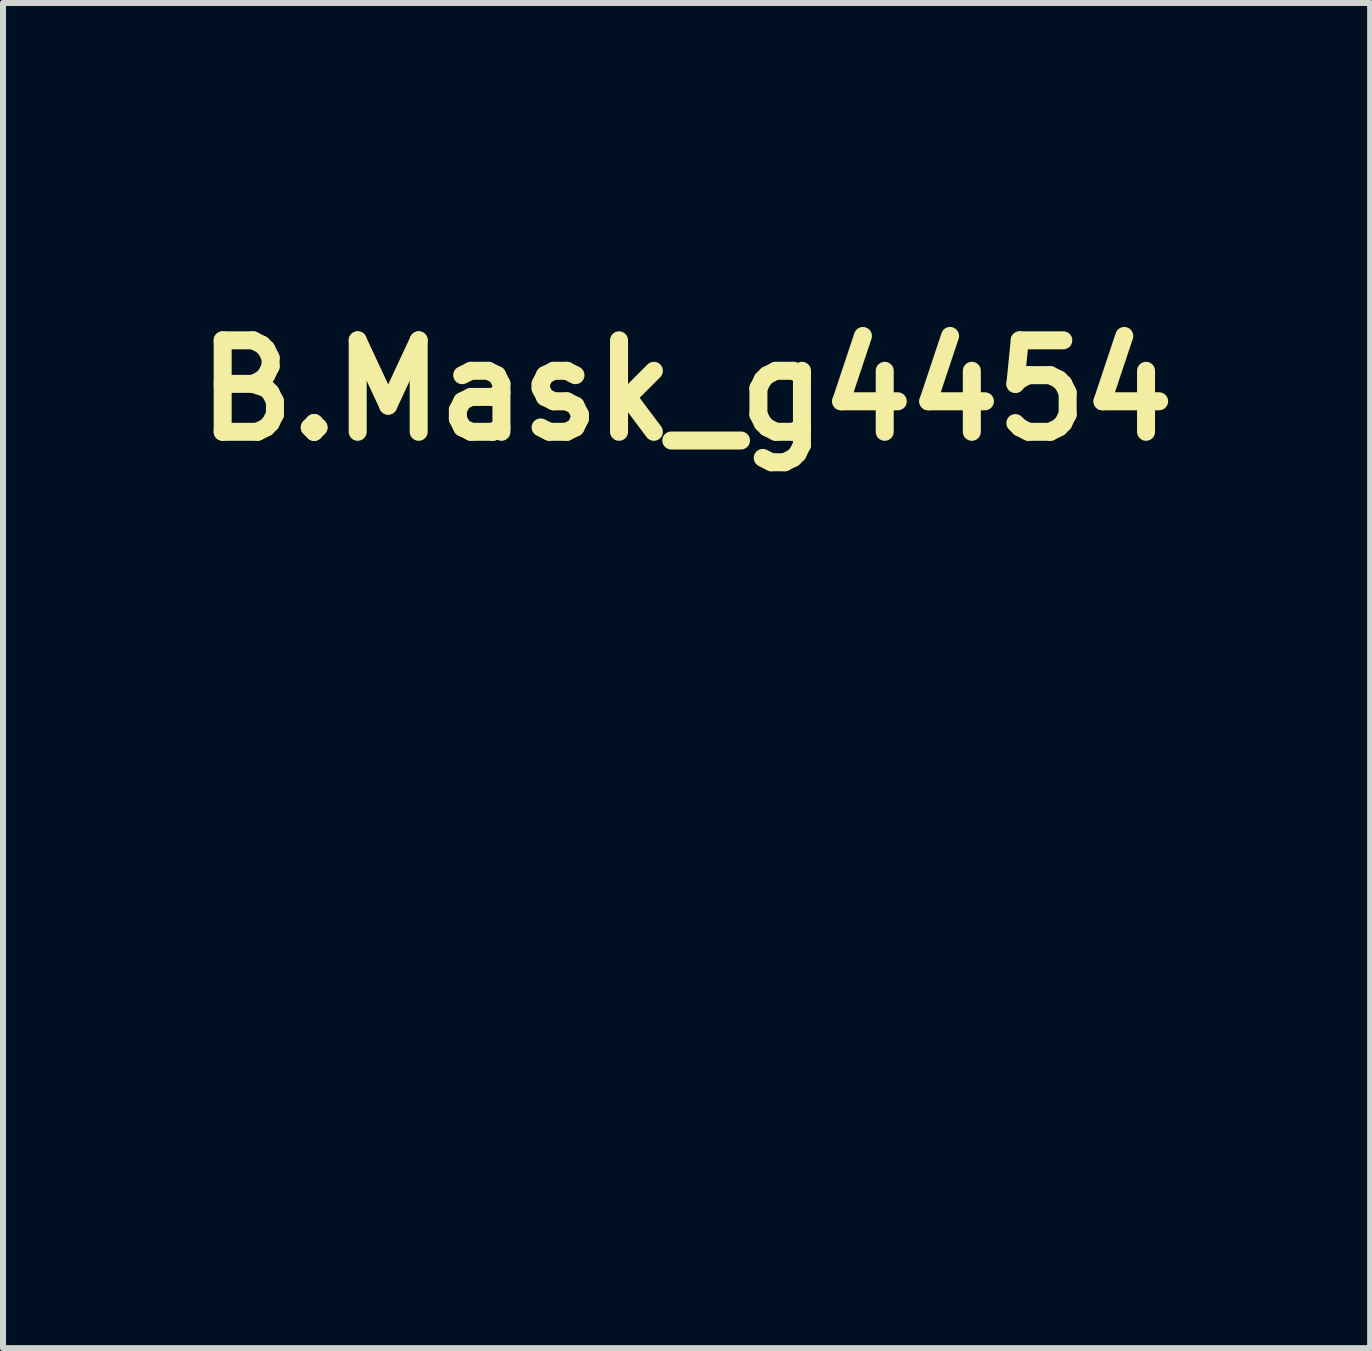
<source format=kicad_pcb>
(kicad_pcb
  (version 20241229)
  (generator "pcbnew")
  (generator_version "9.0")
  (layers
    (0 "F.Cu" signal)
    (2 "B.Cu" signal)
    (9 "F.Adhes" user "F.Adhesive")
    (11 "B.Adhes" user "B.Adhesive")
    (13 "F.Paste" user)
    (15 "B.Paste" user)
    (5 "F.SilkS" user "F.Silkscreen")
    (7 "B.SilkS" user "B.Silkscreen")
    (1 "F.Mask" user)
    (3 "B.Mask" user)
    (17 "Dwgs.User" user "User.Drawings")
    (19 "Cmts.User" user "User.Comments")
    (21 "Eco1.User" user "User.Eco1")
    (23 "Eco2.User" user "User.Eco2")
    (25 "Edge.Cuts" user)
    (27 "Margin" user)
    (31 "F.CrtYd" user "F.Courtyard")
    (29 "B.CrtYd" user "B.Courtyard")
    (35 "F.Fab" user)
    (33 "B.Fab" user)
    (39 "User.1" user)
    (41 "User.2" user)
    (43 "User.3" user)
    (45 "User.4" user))
  (footprint "B.Mask_g4454"
    (layer "F.Cu")
    (at 8.389 3.455)
    (property "Reference" "B.Mask_g4454" (at 0 0 0) (layer "F.SilkS") (effects (font (size 1.524 1.524) (thickness 0.3))))
    (attr through_hole)
    (fp_poly (pts (xy -0.09 -1.519) (xy -0.061 -1.508) (xy -0.049 -1.483) (xy -0.056 -1.441) (xy -0.082 -1.38) (xy -0.13 -1.295) (xy -0.201 -1.181) (xy -0.219 -1.155) (xy -0.313 -1.014) (xy -0.392 -0.905) (xy -0.455 -0.83) (xy -0.5 -0.79) (xy -0.518 -0.783) (xy -0.547 -0.798) (xy -0.591 -0.836) (xy -0.614 -0.861) (xy -0.655 -0.916) (xy -0.701 -0.991) (xy -0.747 -1.075) (xy -0.787 -1.158) (xy -0.815 -1.227) (xy -0.826 -1.271) (xy -0.811 -1.311) (xy -0.785 -1.342) (xy -0.736 -1.373) (xy -0.658 -1.405) (xy -0.562 -1.437) (xy -0.454 -1.466) (xy -0.345 -1.491) (xy -0.242 -1.509) (xy -0.154 -1.519) (xy -0.09 -1.519)) (stroke (width 0.01) (type solid)) (fill yes) (layer "B.Mask"))
    (fp_poly (pts (xy -6.71 -1.45) (xy -6.595 -1.438) (xy -6.442 -1.414) (xy -6.25 -1.379) (xy -6.163 -1.363) (xy -6.022 -1.333) (xy -5.919 -1.307) (xy -5.848 -1.282) (xy -5.806 -1.256) (xy -5.787 -1.227) (xy -5.787 -1.192) (xy -5.787 -1.189) (xy -5.807 -1.13) (xy -5.843 -1.048) (xy -5.89 -0.95) (xy -5.946 -0.844) (xy -6.006 -0.737) (xy -6.066 -0.635) (xy -6.121 -0.547) (xy -6.169 -0.478) (xy -6.205 -0.437) (xy -6.217 -0.429) (xy -6.242 -0.44) (xy -6.281 -0.478) (xy -6.312 -0.518) (xy -6.403 -0.649) (xy -6.491 -0.785) (xy -6.574 -0.92) (xy -6.65 -1.049) (xy -6.716 -1.169) (xy -6.768 -1.273) (xy -6.805 -1.357) (xy -6.823 -1.415) (xy -6.821 -1.442) (xy -6.786 -1.452) (xy -6.71 -1.45)) (stroke (width 0.01) (type solid)) (fill yes) (layer "B.Mask"))
    (fp_poly (pts (xy 2.445 -2.448) (xy 2.447 -2.42) (xy 2.444 -2.408) (xy 2.417 -2.34) (xy 2.373 -2.248) (xy 2.315 -2.138) (xy 2.246 -2.016) (xy 2.17 -1.887) (xy 2.09 -1.758) (xy 2.011 -1.633) (xy 1.935 -1.519) (xy 1.866 -1.421) (xy 1.808 -1.345) (xy 1.764 -1.297) (xy 1.745 -1.283) (xy 1.714 -1.293) (xy 1.672 -1.336) (xy 1.653 -1.362) (xy 1.619 -1.416) (xy 1.571 -1.497) (xy 1.515 -1.593) (xy 1.459 -1.694) (xy 1.328 -1.935) (xy 1.399 -1.996) (xy 1.453 -2.033) (xy 1.537 -2.082) (xy 1.642 -2.137) (xy 1.763 -2.196) (xy 1.891 -2.257) (xy 2.02 -2.314) (xy 2.142 -2.366) (xy 2.251 -2.409) (xy 2.339 -2.439) (xy 2.4 -2.454) (xy 2.412 -2.455) (xy 2.445 -2.448)) (stroke (width 0.01) (type solid)) (fill yes) (layer "B.Mask"))
    (fp_poly (pts (xy -3.423 -1.119) (xy -3.315 -1.117) (xy -3.232 -1.114) (xy -3.204 -1.112) (xy -3.115 -1.1) (xy -3.062 -1.085) (xy -3.048 -1.071) (xy -3.059 -1.045) (xy -3.089 -0.989) (xy -3.134 -0.909) (xy -3.191 -0.812) (xy -3.257 -0.702) (xy -3.328 -0.586) (xy -3.4 -0.469) (xy -3.469 -0.358) (xy -3.533 -0.259) (xy -3.587 -0.178) (xy -3.6 -0.159) (xy -3.673 -0.059) (xy -3.731 0.006) (xy -3.777 0.038) (xy -3.798 0.042) (xy -3.815 0.026) (xy -3.85 -0.017) (xy -3.9 -0.082) (xy -3.954 -0.153) (xy -4.056 -0.296) (xy -4.153 -0.441) (xy -4.242 -0.582) (xy -4.321 -0.714) (xy -4.385 -0.831) (xy -4.433 -0.929) (xy -4.461 -1.002) (xy -4.466 -1.034) (xy -4.449 -1.076) (xy -4.429 -1.091) (xy -4.396 -1.097) (xy -4.327 -1.102) (xy -4.23 -1.107) (xy -4.111 -1.111) (xy -3.976 -1.115) (xy -3.833 -1.117) (xy -3.689 -1.119) (xy -3.55 -1.12) (xy -3.423 -1.119)) (stroke (width 0.01) (type solid)) (fill yes) (layer "B.Mask"))
    (fp_poly (pts (xy 0.483 4.027) (xy 0.641 4.031) (xy 0.764 4.035) (xy 0.861 4.04) (xy 0.94 4.047) (xy 1.008 4.057) (xy 1.074 4.07) (xy 1.145 4.088) (xy 1.2 4.103) (xy 1.552 4.217) (xy 1.908 4.368) (xy 2.259 4.55) (xy 2.491 4.69) (xy 2.656 4.801) (xy 2.823 4.923) (xy 2.989 5.051) (xy 3.147 5.181) (xy 3.293 5.309) (xy 3.423 5.431) (xy 3.531 5.542) (xy 3.612 5.639) (xy 3.659 5.71) (xy 3.672 5.746) (xy 3.661 5.776) (xy 3.626 5.813) (xy 3.566 5.857) (xy 3.47 5.913) (xy 3.343 5.978) (xy 3.19 6.051) (xy 3.015 6.129) (xy 2.823 6.21) (xy 2.618 6.293) (xy 2.405 6.375) (xy 2.189 6.455) (xy 1.973 6.531) (xy 1.885 6.561) (xy 1.437 6.7) (xy 1.005 6.812) (xy 0.577 6.9) (xy 0.14 6.966) (xy -0.318 7.013) (xy -0.518 7.027) (xy -0.611 7.031) (xy -0.731 7.035) (xy -0.875 7.039) (xy -1.034 7.042) (xy -1.203 7.044) (xy -1.376 7.045) (xy -1.546 7.046) (xy -1.708 7.045) (xy -1.854 7.044) (xy -1.98 7.043) (xy -2.078 7.04) (xy -2.143 7.036) (xy -2.159 7.035) (xy -2.2 7.029) (xy -2.273 7.019) (xy -2.367 7.006) (xy -2.466 6.993) (xy -2.615 6.971) (xy -2.763 6.947) (xy -2.901 6.922) (xy -3.02 6.897) (xy -3.112 6.875) (xy -3.159 6.86) (xy -3.196 6.84) (xy -3.213 6.809) (xy -3.217 6.751) (xy -3.217 6.747) (xy -3.208 6.652) (xy -3.181 6.524) (xy -3.138 6.372) (xy -3.082 6.2) (xy -3.014 6.014) (xy -2.936 5.822) (xy -2.851 5.628) (xy -2.84 5.604) (xy -2.688 5.322) (xy -2.503 5.06) (xy -2.29 4.821) (xy -2.053 4.61) (xy -1.796 4.429) (xy -1.522 4.28) (xy -1.235 4.168) (xy -1.002 4.108) (xy -0.857 4.084) (xy -0.678 4.064) (xy -0.47 4.047) (xy -0.242 4.035) (xy 0.001 4.028) (xy 0.25 4.025) (xy 0.483 4.027)) (stroke (width 0.01) (type solid)) (fill yes) (layer "B.Mask"))
    (fp_poly (pts (xy 4.072 6.268) (xy 4.112 6.305) (xy 4.153 6.35) (xy 4.223 6.44) (xy 4.306 6.561) (xy 4.397 6.702) (xy 4.49 6.855) (xy 4.579 7.013) (xy 4.662 7.165) (xy 4.731 7.303) (xy 4.782 7.419) (xy 4.796 7.456) (xy 4.814 7.513) (xy 4.815 7.545) (xy 4.797 7.57) (xy 4.779 7.585) (xy 4.723 7.623) (xy 4.634 7.672) (xy 4.518 7.731) (xy 4.382 7.795) (xy 4.233 7.862) (xy 4.076 7.93) (xy 3.937 7.986) (xy 3.449 8.165) (xy 2.934 8.33) (xy 2.402 8.477) (xy 1.865 8.603) (xy 1.337 8.705) (xy 0.889 8.773) (xy 0.743 8.788) (xy 0.562 8.802) (xy 0.354 8.815) (xy 0.125 8.825) (xy -0.116 8.833) (xy -0.364 8.84) (xy -0.611 8.844) (xy -0.85 8.845) (xy -1.073 8.844) (xy -1.274 8.84) (xy -1.444 8.833) (xy -1.545 8.826) (xy -1.635 8.816) (xy -1.752 8.8) (xy -1.882 8.78) (xy -2.012 8.758) (xy -2.032 8.754) (xy -2.318 8.701) (xy -2.565 8.655) (xy -2.773 8.615) (xy -2.946 8.581) (xy -3.085 8.553) (xy -3.192 8.529) (xy -3.201 8.527) (xy -3.387 8.484) (xy -3.386 8.163) (xy -3.384 8.034) (xy -3.38 7.903) (xy -3.375 7.785) (xy -3.368 7.692) (xy -3.367 7.674) (xy -3.356 7.585) (xy -3.342 7.527) (xy -3.323 7.489) (xy -3.293 7.458) (xy -3.293 7.457) (xy -3.252 7.429) (xy -3.202 7.414) (xy -3.135 7.41) (xy -3.044 7.417) (xy -2.921 7.436) (xy -2.9 7.439) (xy -2.742 7.462) (xy -2.549 7.482) (xy -2.32 7.499) (xy -2.054 7.513) (xy -1.749 7.525) (xy -1.482 7.532) (xy -1.161 7.538) (xy -0.876 7.54) (xy -0.621 7.537) (xy -0.388 7.529) (xy -0.172 7.515) (xy 0.034 7.495) (xy 0.237 7.469) (xy 0.442 7.435) (xy 0.657 7.393) (xy 0.84 7.354) (xy 1.423 7.213) (xy 1.974 7.054) (xy 2.5 6.875) (xy 3.01 6.673) (xy 3.246 6.569) (xy 3.393 6.504) (xy 3.538 6.441) (xy 3.675 6.383) (xy 3.798 6.333) (xy 3.899 6.293) (xy 3.973 6.267) (xy 4.005 6.257) (xy 4.04 6.254) (xy 4.072 6.268)) (stroke (width 0.01) (type solid)) (fill yes) (layer "B.Mask"))
    (fp_poly (pts (xy 5.879 10.194) (xy 5.946 10.236) (xy 6 10.309) (xy 6.044 10.417) (xy 6.079 10.563) (xy 6.087 10.609) (xy 6.11 10.793) (xy 6.107 10.95) (xy 6.076 11.088) (xy 6.016 11.215) (xy 5.922 11.339) (xy 5.858 11.407) (xy 5.69 11.553) (xy 5.483 11.696) (xy 5.238 11.835) (xy 4.959 11.97) (xy 4.647 12.1) (xy 4.306 12.223) (xy 3.937 12.34) (xy 3.543 12.449) (xy 3.127 12.55) (xy 2.691 12.642) (xy 2.238 12.724) (xy 1.77 12.795) (xy 1.29 12.855) (xy 1.164 12.868) (xy 0.827 12.9) (xy 0.515 12.924) (xy 0.214 12.94) (xy -0.094 12.949) (xy -0.424 12.952) (xy -0.508 12.952) (xy -0.693 12.951) (xy -0.845 12.948) (xy -0.972 12.944) (xy -1.082 12.937) (xy -1.185 12.928) (xy -1.288 12.915) (xy -1.397 12.9) (xy -1.569 12.872) (xy -1.753 12.84) (xy -1.943 12.805) (xy -2.131 12.768) (xy -2.31 12.731) (xy -2.471 12.696) (xy -2.609 12.664) (xy -2.715 12.636) (xy -2.746 12.626) (xy -2.852 12.589) (xy -2.941 12.547) (xy -3.017 12.495) (xy -3.08 12.43) (xy -3.133 12.349) (xy -3.177 12.246) (xy -3.216 12.117) (xy -3.251 11.96) (xy -3.283 11.769) (xy -3.316 11.542) (xy -3.324 11.478) (xy -3.344 11.314) (xy -3.355 11.184) (xy -3.356 11.084) (xy -3.348 11.006) (xy -3.33 10.946) (xy -3.301 10.896) (xy -3.288 10.88) (xy -3.248 10.842) (xy -3.2 10.822) (xy -3.138 10.819) (xy -3.054 10.834) (xy -2.941 10.866) (xy -2.907 10.877) (xy -2.708 10.936) (xy -2.472 10.996) (xy -2.202 11.056) (xy -1.905 11.115) (xy -1.584 11.172) (xy -1.245 11.225) (xy -0.892 11.275) (xy -0.771 11.291) (xy -0.665 11.304) (xy -0.567 11.314) (xy -0.471 11.321) (xy -0.369 11.327) (xy -0.255 11.33) (xy -0.121 11.333) (xy 0.039 11.334) (xy 0.234 11.334) (xy 0.286 11.334) (xy 0.54 11.333) (xy 0.766 11.33) (xy 0.963 11.325) (xy 1.125 11.319) (xy 1.249 11.31) (xy 1.281 11.307) (xy 1.978 11.217) (xy 2.653 11.102) (xy 3.301 10.962) (xy 3.545 10.902) (xy 3.785 10.839) (xy 3.993 10.781) (xy 4.181 10.726) (xy 4.357 10.669) (xy 4.532 10.608) (xy 4.716 10.539) (xy 4.9 10.467) (xy 5.144 10.372) (xy 5.351 10.296) (xy 5.522 10.24) (xy 5.658 10.202) (xy 5.759 10.184) (xy 5.797 10.181) (xy 5.879 10.194)) (stroke (width 0.01) (type solid)) (fill yes) (layer "B.Mask"))
    (fp_poly (pts (xy 5.127 8.084) (xy 5.152 8.136) (xy 5.189 8.218) (xy 5.235 8.322) (xy 5.288 8.444) (xy 5.345 8.579) (xy 5.404 8.72) (xy 5.464 8.863) (xy 5.521 9.003) (xy 5.574 9.133) (xy 5.62 9.249) (xy 5.656 9.344) (xy 5.682 9.415) (xy 5.709 9.503) (xy 5.718 9.562) (xy 5.71 9.598) (xy 5.675 9.631) (xy 5.602 9.675) (xy 5.497 9.727) (xy 5.362 9.786) (xy 5.2 9.85) (xy 5.017 9.919) (xy 4.816 9.99) (xy 4.6 10.061) (xy 4.456 10.107) (xy 3.755 10.31) (xy 3.066 10.478) (xy 2.377 10.614) (xy 1.678 10.72) (xy 1.206 10.775) (xy 1.078 10.785) (xy 0.918 10.793) (xy 0.733 10.799) (xy 0.533 10.804) (xy 0.325 10.806) (xy 0.118 10.806) (xy -0.081 10.805) (xy -0.262 10.8) (xy -0.417 10.794) (xy -0.539 10.786) (xy -0.54 10.785) (xy -0.902 10.746) (xy -1.246 10.699) (xy -1.561 10.647) (xy -1.577 10.644) (xy -1.752 10.609) (xy -1.946 10.565) (xy -2.15 10.515) (xy -2.358 10.461) (xy -2.563 10.405) (xy -2.756 10.348) (xy -2.931 10.293) (xy -3.08 10.242) (xy -3.196 10.197) (xy -3.21 10.191) (xy -3.276 10.159) (xy -3.314 10.127) (xy -3.335 10.084) (xy -3.342 10.061) (xy -3.353 10.003) (xy -3.363 9.914) (xy -3.373 9.801) (xy -3.382 9.675) (xy -3.389 9.544) (xy -3.395 9.416) (xy -3.398 9.302) (xy -3.398 9.208) (xy -3.394 9.146) (xy -3.392 9.133) (xy -3.377 9.079) (xy -3.354 9.053) (xy -3.309 9.043) (xy -3.294 9.042) (xy -3.24 9.044) (xy -3.157 9.055) (xy -3.059 9.073) (xy -2.988 9.089) (xy -2.73 9.144) (xy -2.444 9.192) (xy -2.143 9.232) (xy -1.937 9.254) (xy -1.837 9.261) (xy -1.7 9.267) (xy -1.532 9.272) (xy -1.339 9.276) (xy -1.127 9.279) (xy -0.9 9.281) (xy -0.665 9.282) (xy -0.427 9.282) (xy -0.191 9.281) (xy 0.035 9.279) (xy 0.248 9.276) (xy 0.441 9.272) (xy 0.609 9.267) (xy 0.746 9.261) (xy 0.846 9.254) (xy 0.847 9.254) (xy 1.145 9.221) (xy 1.441 9.18) (xy 1.739 9.128) (xy 2.043 9.065) (xy 2.357 8.99) (xy 2.686 8.901) (xy 3.033 8.797) (xy 3.403 8.678) (xy 3.801 8.541) (xy 4.229 8.387) (xy 4.437 8.31) (xy 4.595 8.251) (xy 4.741 8.198) (xy 4.869 8.151) (xy 4.975 8.112) (xy 5.055 8.084) (xy 5.102 8.068) (xy 5.114 8.065) (xy 5.127 8.084)) (stroke (width 0.01) (type solid)) (fill yes) (layer "B.Mask"))
    (fp_poly (pts (xy 4.182 -3.074) (xy 4.16 -2.653) (xy 4.125 -2.254) (xy 4.08 -1.881) (xy 4.024 -1.54) (xy 3.958 -1.234) (xy 3.937 -1.151) (xy 3.842 -0.834) (xy 3.732 -0.551) (xy 3.603 -0.291) (xy 3.449 -0.047) (xy 3.266 0.191) (xy 3.059 0.42) (xy 2.814 0.658) (xy 2.566 0.867) (xy 2.311 1.049) (xy 2.042 1.205) (xy 1.756 1.34) (xy 1.447 1.454) (xy 1.111 1.551) (xy 0.742 1.633) (xy 0.459 1.683) (xy 0.193 1.72) (xy -0.093 1.75) (xy -0.387 1.772) (xy -0.68 1.786) (xy -0.961 1.791) (xy -1.219 1.786) (xy -1.386 1.777) (xy -1.768 1.735) (xy -2.157 1.669) (xy -2.558 1.576) (xy -2.974 1.456) (xy -3.409 1.308) (xy -3.866 1.131) (xy -4.2 0.99) (xy -4.341 0.928) (xy -4.464 0.872) (xy -4.573 0.819) (xy -4.673 0.767) (xy -4.769 0.711) (xy -4.863 0.65) (xy -4.962 0.579) (xy -5.07 0.496) (xy -5.191 0.398) (xy -5.33 0.281) (xy -5.491 0.143) (xy -5.678 -0.019) (xy -5.703 -0.041) (xy -5.775 -0.105) (xy -5.834 -0.159) (xy -5.872 -0.198) (xy -5.884 -0.214) (xy -5.873 -0.238) (xy -5.843 -0.286) (xy -5.8 -0.35) (xy -5.79 -0.364) (xy -5.746 -0.427) (xy -5.684 -0.516) (xy -5.611 -0.621) (xy -5.533 -0.734) (xy -5.482 -0.809) (xy -5.392 -0.937) (xy -5.319 -1.034) (xy -5.258 -1.104) (xy -5.203 -1.154) (xy -5.148 -1.187) (xy -5.088 -1.209) (xy -5.024 -1.223) (xy -4.923 -1.236) (xy -4.847 -1.232) (xy -4.788 -1.206) (xy -4.738 -1.151) (xy -4.688 -1.064) (xy -4.656 -0.995) (xy -4.573 -0.823) (xy -4.475 -0.639) (xy -4.367 -0.453) (xy -4.254 -0.272) (xy -4.141 -0.105) (xy -4.034 0.04) (xy -3.938 0.155) (xy -3.934 0.159) (xy -3.835 0.253) (xy -3.738 0.326) (xy -3.648 0.373) (xy -3.571 0.392) (xy -3.523 0.385) (xy -3.475 0.348) (xy -3.409 0.275) (xy -3.329 0.17) (xy -3.236 0.035) (xy -3.133 -0.128) (xy -3.019 -0.315) (xy -2.899 -0.525) (xy -2.773 -0.751) (xy -2.715 -0.858) (xy -2.662 -0.952) (xy -2.618 -1.028) (xy -2.588 -1.078) (xy -2.576 -1.095) (xy -2.549 -1.105) (xy -2.486 -1.121) (xy -2.393 -1.14) (xy -2.276 -1.163) (xy -2.141 -1.187) (xy -2.027 -1.207) (xy -1.872 -1.233) (xy -1.722 -1.259) (xy -1.584 -1.284) (xy -1.466 -1.307) (xy -1.377 -1.326) (xy -1.341 -1.334) (xy -1.259 -1.354) (xy -1.191 -1.369) (xy -1.148 -1.376) (xy -1.144 -1.376) (xy -1.117 -1.357) (xy -1.074 -1.302) (xy -1.019 -1.214) (xy -0.987 -1.158) (xy -0.822 -0.889) (xy -0.645 -0.655) (xy -0.543 -0.54) (xy -0.468 -0.468) (xy -0.406 -0.428) (xy -0.349 -0.423) (xy -0.289 -0.451) (xy -0.218 -0.514) (xy -0.177 -0.557) (xy -0.138 -0.6) (xy -0.103 -0.639) (xy -0.07 -0.679) (xy -0.035 -0.725) (xy 0.006 -0.783) (xy 0.056 -0.856) (xy 0.119 -0.95) (xy 0.197 -1.069) (xy 0.295 -1.219) (xy 0.303 -1.23) (xy 0.379 -1.343) (xy 0.457 -1.455) (xy 0.531 -1.554) (xy 0.594 -1.633) (xy 0.623 -1.667) (xy 0.674 -1.717) (xy 0.741 -1.776) (xy 0.816 -1.839) (xy 0.893 -1.898) (xy 0.964 -1.95) (xy 1.021 -1.988) (xy 1.058 -2.008) (xy 1.068 -2.008) (xy 1.08 -1.986) (xy 1.105 -1.939) (xy 1.122 -1.905) (xy 1.172 -1.813) (xy 1.242 -1.699) (xy 1.325 -1.572) (xy 1.413 -1.444) (xy 1.501 -1.324) (xy 1.527 -1.289) (xy 1.629 -1.174) (xy 1.731 -1.087) (xy 1.83 -1.034) (xy 1.915 -1.016) (xy 1.978 -1.024) (xy 2.041 -1.05) (xy 2.106 -1.096) (xy 2.176 -1.164) (xy 2.252 -1.258) (xy 2.336 -1.379) (xy 2.43 -1.53) (xy 2.536 -1.714) (xy 2.656 -1.933) (xy 2.732 -2.074) (xy 2.833 -2.264) (xy 2.918 -2.42) (xy 2.989 -2.548) (xy 3.05 -2.651) (xy 3.104 -2.735) (xy 3.152 -2.804) (xy 3.189 -2.852) (xy 3.25 -2.913) (xy 3.342 -2.987) (xy 3.456 -3.069) (xy 3.583 -3.153) (xy 3.717 -3.234) (xy 3.848 -3.308) (xy 3.969 -3.369) (xy 4.072 -3.411) (xy 4.1 -3.421) (xy 4.197 -3.45) (xy 4.182 -3.074)) (stroke (width 0.01) (type solid)) (fill yes) (layer "B.Mask")))
  (gr_rect
    (start -3 -3)
    (end 19.779 19.412)
    (stroke (width 0.1) (type default))
    (fill no)
    (layer "Edge.Cuts")))
</source>
